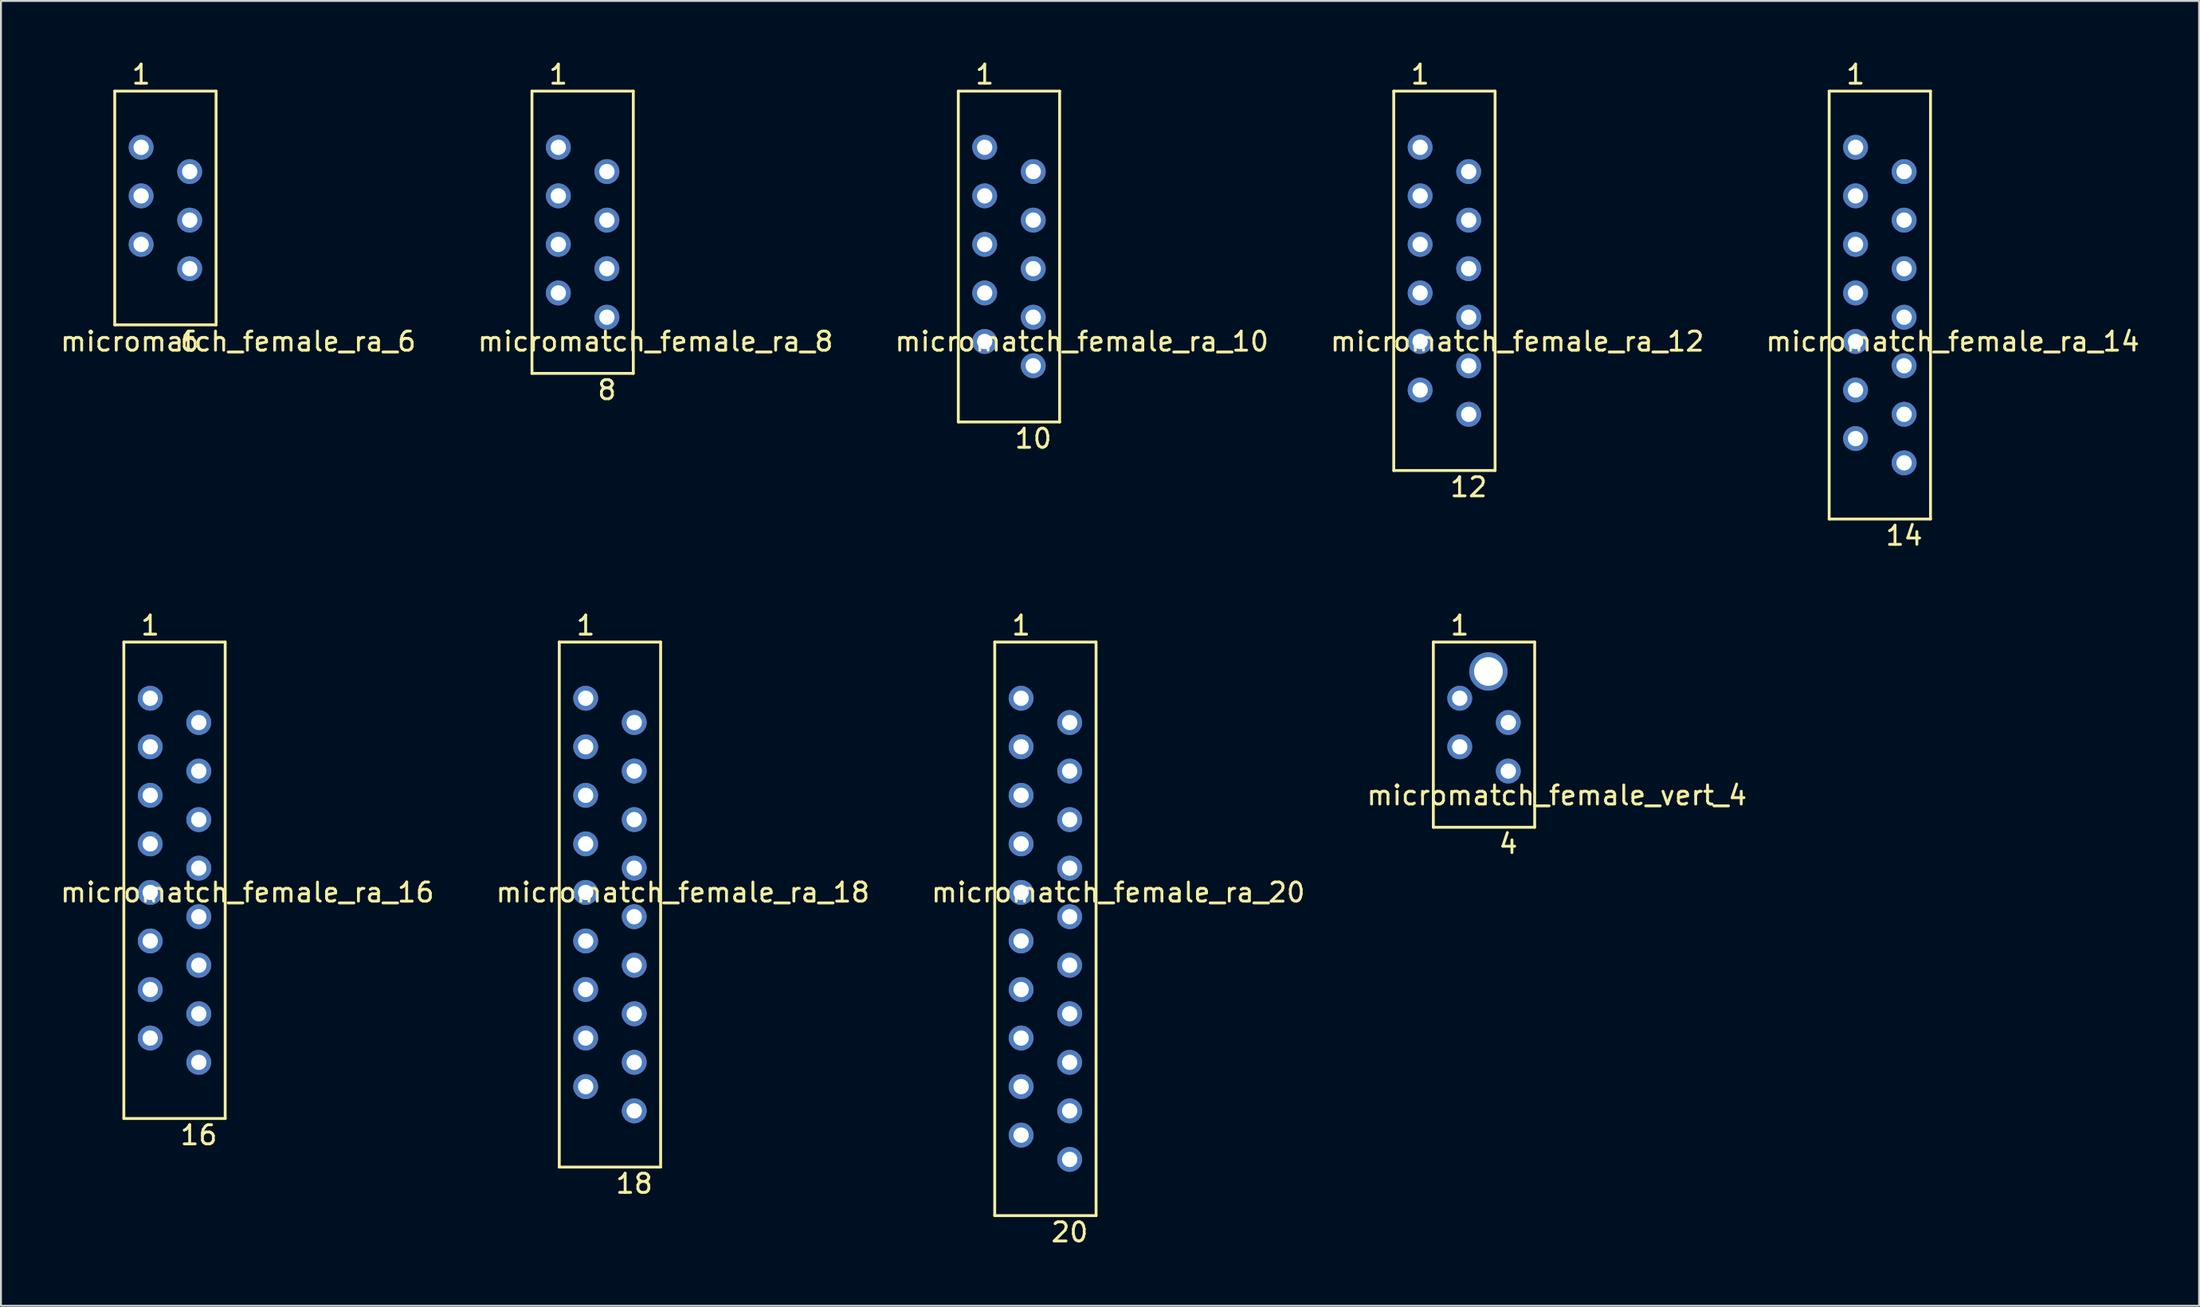
<source format=kicad_pcb>
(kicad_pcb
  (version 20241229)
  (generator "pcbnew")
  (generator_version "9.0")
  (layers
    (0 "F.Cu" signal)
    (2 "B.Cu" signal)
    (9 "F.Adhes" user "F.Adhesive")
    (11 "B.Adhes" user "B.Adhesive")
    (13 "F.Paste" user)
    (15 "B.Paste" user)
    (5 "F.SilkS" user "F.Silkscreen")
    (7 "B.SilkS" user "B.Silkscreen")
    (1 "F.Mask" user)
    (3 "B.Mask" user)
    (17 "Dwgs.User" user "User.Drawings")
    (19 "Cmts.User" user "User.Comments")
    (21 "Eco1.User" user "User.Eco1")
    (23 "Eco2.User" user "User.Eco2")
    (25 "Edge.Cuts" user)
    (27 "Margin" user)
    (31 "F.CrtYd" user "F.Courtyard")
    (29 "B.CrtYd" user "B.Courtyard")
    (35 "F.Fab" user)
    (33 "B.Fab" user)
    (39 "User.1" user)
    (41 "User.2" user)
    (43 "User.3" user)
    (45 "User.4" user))
  (footprint "micromatch_female_ra_10"
    (layer "F.Cu")
    (at 48.45 9.738)
    (property "Reference" "micromatch_female_ra_10" (at 5.08 5.08 0) (layer "F.SilkS") (effects (font (size 1 1) (thickness 0.15))))
    (attr through_hole)
    (fp_line (start -1.38 -8.02) (end 3.92 -8.02) (stroke (width 0.15) (type solid)) (layer "F.SilkS"))
    (fp_line (start -1.38 9.29) (end -1.38 -8.02) (stroke (width 0.15) (type solid)) (layer "F.SilkS"))
    (fp_line (start -1.38 9.29) (end 3.92 9.29) (stroke (width 0.15) (type solid)) (layer "F.SilkS"))
    (fp_line (start 3.92 9.29) (end 3.92 -8.02) (stroke (width 0.15) (type solid)) (layer "F.SilkS"))
    (fp_text user "1" (at 0 -8.89 0) (layer "F.SilkS") (effects (font (size 1 1) (thickness 0.15))))
    (fp_text user "10" (at 2.54 10.16 0) (layer "F.SilkS") (effects (font (size 1 1) (thickness 0.15))))
    (pad "1" thru_hole circle (at 0 -5.08) (size 1.3 1.3) (drill 0.8) (layers "*.Cu" "*.Mask"))
    (pad "2" thru_hole circle (at 2.54 -3.81) (size 1.3 1.3) (drill 0.8) (layers "*.Cu" "*.Mask"))
    (pad "3" thru_hole circle (at 0 -2.54) (size 1.3 1.3) (drill 0.8) (layers "*.Cu" "*.Mask"))
    (pad "4" thru_hole circle (at 2.54 -1.27) (size 1.3 1.3) (drill 0.8) (layers "*.Cu" "*.Mask"))
    (pad "5" thru_hole circle (at 0 0) (size 1.3 1.3) (drill 0.8) (layers "*.Cu" "*.Mask"))
    (pad "6" thru_hole circle (at 2.54 1.27) (size 1.3 1.3) (drill 0.8) (layers "*.Cu" "*.Mask"))
    (pad "7" thru_hole circle (at 0 2.54) (size 1.3 1.3) (drill 0.8) (layers "*.Cu" "*.Mask"))
    (pad "8" thru_hole circle (at 2.54 3.81) (size 1.3 1.3) (drill 0.8) (layers "*.Cu" "*.Mask"))
    (pad "9" thru_hole circle (at 0 5.08) (size 1.3 1.3) (drill 0.8) (layers "*.Cu" "*.Mask"))
    (pad "10" thru_hole circle (at 2.54 6.35) (size 1.3 1.3) (drill 0.8) (layers "*.Cu" "*.Mask")))
  (footprint "micromatch_female_ra_14"
    (layer "F.Cu")
    (at 93.997 9.738)
    (property "Reference" "micromatch_female_ra_14" (at 5.08 5.08 0) (layer "F.SilkS") (effects (font (size 1 1) (thickness 0.15))))
    (attr through_hole)
    (fp_line (start -1.38 -8.02) (end 3.92 -8.02) (stroke (width 0.15) (type solid)) (layer "F.SilkS"))
    (fp_line (start -1.38 14.37) (end -1.38 -8.02) (stroke (width 0.15) (type solid)) (layer "F.SilkS"))
    (fp_line (start -1.38 14.37) (end 3.92 14.37) (stroke (width 0.15) (type solid)) (layer "F.SilkS"))
    (fp_line (start 3.92 14.37) (end 3.92 -8.02) (stroke (width 0.15) (type solid)) (layer "F.SilkS"))
    (fp_text user "14" (at 2.54 15.24 0) (layer "F.SilkS") (effects (font (size 1 1) (thickness 0.15))))
    (fp_text user "1" (at 0 -8.89 0) (layer "F.SilkS") (effects (font (size 1 1) (thickness 0.15))))
    (pad "1" thru_hole circle (at 0 -5.08) (size 1.3 1.3) (drill 0.8) (layers "*.Cu" "*.Mask"))
    (pad "2" thru_hole circle (at 2.54 -3.81) (size 1.3 1.3) (drill 0.8) (layers "*.Cu" "*.Mask"))
    (pad "3" thru_hole circle (at 0 -2.54) (size 1.3 1.3) (drill 0.8) (layers "*.Cu" "*.Mask"))
    (pad "4" thru_hole circle (at 2.54 -1.27) (size 1.3 1.3) (drill 0.8) (layers "*.Cu" "*.Mask"))
    (pad "5" thru_hole circle (at 0 0) (size 1.3 1.3) (drill 0.8) (layers "*.Cu" "*.Mask"))
    (pad "6" thru_hole circle (at 2.54 1.27) (size 1.3 1.3) (drill 0.8) (layers "*.Cu" "*.Mask"))
    (pad "7" thru_hole circle (at 0 2.54) (size 1.3 1.3) (drill 0.8) (layers "*.Cu" "*.Mask"))
    (pad "8" thru_hole circle (at 2.54 3.81) (size 1.3 1.3) (drill 0.8) (layers "*.Cu" "*.Mask"))
    (pad "9" thru_hole circle (at 0 5.08) (size 1.3 1.3) (drill 0.8) (layers "*.Cu" "*.Mask"))
    (pad "10" thru_hole circle (at 2.54 6.35) (size 1.3 1.3) (drill 0.8) (layers "*.Cu" "*.Mask"))
    (pad "11" thru_hole circle (at 0 7.62) (size 1.3 1.3) (drill 0.8) (layers "*.Cu" "*.Mask"))
    (pad "12" thru_hole circle (at 2.54 8.89) (size 1.3 1.3) (drill 0.8) (layers "*.Cu" "*.Mask"))
    (pad "13" thru_hole circle (at 0 10.16) (size 1.3 1.3) (drill 0.8) (layers "*.Cu" "*.Mask"))
    (pad "14" thru_hole circle (at 2.54 11.43) (size 1.3 1.3) (drill 0.8) (layers "*.Cu" "*.Mask")))
  (footprint "micromatch_female_ra_8"
    (layer "F.Cu")
    (at 26.152 9.738)
    (property "Reference" "micromatch_female_ra_8" (at 5.08 5.08 0) (layer "F.SilkS") (effects (font (size 1 1) (thickness 0.15))))
    (attr through_hole)
    (fp_line (start -1.38 -8.02) (end 3.92 -8.02) (stroke (width 0.15) (type solid)) (layer "F.SilkS"))
    (fp_line (start -1.38 6.75) (end -1.38 -8.02) (stroke (width 0.15) (type solid)) (layer "F.SilkS"))
    (fp_line (start -1.38 6.75) (end 3.92 6.75) (stroke (width 0.15) (type solid)) (layer "F.SilkS"))
    (fp_line (start 3.92 6.75) (end 3.92 -8.02) (stroke (width 0.15) (type solid)) (layer "F.SilkS"))
    (fp_text user "8" (at 2.54 7.62 0) (layer "F.SilkS") (effects (font (size 1 1) (thickness 0.15))))
    (fp_text user "1" (at 0 -8.89 0) (layer "F.SilkS") (effects (font (size 1 1) (thickness 0.15))))
    (pad "1" thru_hole circle (at 0 -5.08) (size 1.3 1.3) (drill 0.8) (layers "*.Cu" "*.Mask"))
    (pad "2" thru_hole circle (at 2.54 -3.81) (size 1.3 1.3) (drill 0.8) (layers "*.Cu" "*.Mask"))
    (pad "3" thru_hole circle (at 0 -2.54) (size 1.3 1.3) (drill 0.8) (layers "*.Cu" "*.Mask"))
    (pad "4" thru_hole circle (at 2.54 -1.27) (size 1.3 1.3) (drill 0.8) (layers "*.Cu" "*.Mask"))
    (pad "5" thru_hole circle (at 0 0) (size 1.3 1.3) (drill 0.8) (layers "*.Cu" "*.Mask"))
    (pad "6" thru_hole circle (at 2.54 1.27) (size 1.3 1.3) (drill 0.8) (layers "*.Cu" "*.Mask"))
    (pad "7" thru_hole circle (at 0 2.54) (size 1.3 1.3) (drill 0.8) (layers "*.Cu" "*.Mask"))
    (pad "8" thru_hole circle (at 2.54 3.81) (size 1.3 1.3) (drill 0.8) (layers "*.Cu" "*.Mask")))
  (footprint "micromatch_female_ra_18"
    (layer "F.Cu")
    (at 27.581 38.565)
    (property "Reference" "micromatch_female_ra_18" (at 5.08 5.08 0) (layer "F.SilkS") (effects (font (size 1 1) (thickness 0.15))))
    (attr through_hole)
    (fp_line (start -1.38 -8.02) (end 3.92 -8.02) (stroke (width 0.15) (type solid)) (layer "F.SilkS"))
    (fp_line (start -1.38 19.45) (end -1.38 -8.02) (stroke (width 0.15) (type solid)) (layer "F.SilkS"))
    (fp_line (start -1.38 19.45) (end 3.92 19.45) (stroke (width 0.15) (type solid)) (layer "F.SilkS"))
    (fp_line (start 3.92 19.45) (end 3.92 -8.02) (stroke (width 0.15) (type solid)) (layer "F.SilkS"))
    (fp_text user "1" (at 0 -8.89 0) (layer "F.SilkS") (effects (font (size 1 1) (thickness 0.15))))
    (fp_text user "18" (at 2.54 20.32 0) (layer "F.SilkS") (effects (font (size 1 1) (thickness 0.15))))
    (pad "1" thru_hole circle (at 0 -5.08) (size 1.3 1.3) (drill 0.8) (layers "*.Cu" "*.Mask"))
    (pad "2" thru_hole circle (at 2.54 -3.81) (size 1.3 1.3) (drill 0.8) (layers "*.Cu" "*.Mask"))
    (pad "3" thru_hole circle (at 0 -2.54) (size 1.3 1.3) (drill 0.8) (layers "*.Cu" "*.Mask"))
    (pad "4" thru_hole circle (at 2.54 -1.27) (size 1.3 1.3) (drill 0.8) (layers "*.Cu" "*.Mask"))
    (pad "5" thru_hole circle (at 0 0) (size 1.3 1.3) (drill 0.8) (layers "*.Cu" "*.Mask"))
    (pad "6" thru_hole circle (at 2.54 1.27) (size 1.3 1.3) (drill 0.8) (layers "*.Cu" "*.Mask"))
    (pad "7" thru_hole circle (at 0 2.54) (size 1.3 1.3) (drill 0.8) (layers "*.Cu" "*.Mask"))
    (pad "8" thru_hole circle (at 2.54 3.81) (size 1.3 1.3) (drill 0.8) (layers "*.Cu" "*.Mask"))
    (pad "9" thru_hole circle (at 0 5.08) (size 1.3 1.3) (drill 0.8) (layers "*.Cu" "*.Mask"))
    (pad "10" thru_hole circle (at 2.54 6.35) (size 1.3 1.3) (drill 0.8) (layers "*.Cu" "*.Mask"))
    (pad "11" thru_hole circle (at 0 7.62) (size 1.3 1.3) (drill 0.8) (layers "*.Cu" "*.Mask"))
    (pad "12" thru_hole circle (at 2.54 8.89) (size 1.3 1.3) (drill 0.8) (layers "*.Cu" "*.Mask"))
    (pad "13" thru_hole circle (at 0 10.16) (size 1.3 1.3) (drill 0.8) (layers "*.Cu" "*.Mask"))
    (pad "14" thru_hole circle (at 2.54 11.43) (size 1.3 1.3) (drill 0.8) (layers "*.Cu" "*.Mask"))
    (pad "15" thru_hole circle (at 0 12.7) (size 1.3 1.3) (drill 0.8) (layers "*.Cu" "*.Mask"))
    (pad "16" thru_hole circle (at 2.54 13.97) (size 1.3 1.3) (drill 0.8) (layers "*.Cu" "*.Mask"))
    (pad "17" thru_hole circle (at 0 15.24) (size 1.3 1.3) (drill 0.8) (layers "*.Cu" "*.Mask"))
    (pad "18" thru_hole circle (at 2.54 16.51) (size 1.3 1.3) (drill 0.8) (layers "*.Cu" "*.Mask")))
  (footprint "micromatch_female_ra_6"
    (layer "F.Cu")
    (at 4.331 9.738)
    (property "Reference" "micromatch_female_ra_6" (at 5.08 5.08 0) (layer "F.SilkS") (effects (font (size 1 1) (thickness 0.15))))
    (attr through_hole)
    (fp_line (start -1.38 -8.02) (end 3.92 -8.02) (stroke (width 0.15) (type solid)) (layer "F.SilkS"))
    (fp_line (start -1.38 4.21) (end -1.38 -8.02) (stroke (width 0.15) (type solid)) (layer "F.SilkS"))
    (fp_line (start -1.38 4.21) (end 3.92 4.21) (stroke (width 0.15) (type solid)) (layer "F.SilkS"))
    (fp_line (start 3.92 4.21) (end 3.92 -8.02) (stroke (width 0.15) (type solid)) (layer "F.SilkS"))
    (fp_text user "6" (at 2.54 5.08 0) (layer "F.SilkS") (effects (font (size 1 1) (thickness 0.15))))
    (fp_text user "1" (at 0 -8.89 0) (layer "F.SilkS") (effects (font (size 1 1) (thickness 0.15))))
    (pad "1" thru_hole circle (at 0 -5.08) (size 1.3 1.3) (drill 0.8) (layers "*.Cu" "*.Mask"))
    (pad "2" thru_hole circle (at 2.54 -3.81) (size 1.3 1.3) (drill 0.8) (layers "*.Cu" "*.Mask"))
    (pad "3" thru_hole circle (at 0 -2.54) (size 1.3 1.3) (drill 0.8) (layers "*.Cu" "*.Mask"))
    (pad "4" thru_hole circle (at 2.54 -1.27) (size 1.3 1.3) (drill 0.8) (layers "*.Cu" "*.Mask"))
    (pad "5" thru_hole circle (at 0 0) (size 1.3 1.3) (drill 0.8) (layers "*.Cu" "*.Mask"))
    (pad "6" thru_hole circle (at 2.54 1.27) (size 1.3 1.3) (drill 0.8) (layers "*.Cu" "*.Mask")))
  (footprint "micromatch_female_ra_16"
    (layer "F.Cu")
    (at 4.807 38.565)
    (property "Reference" "micromatch_female_ra_16" (at 5.08 5.08 0) (layer "F.SilkS") (effects (font (size 1 1) (thickness 0.15))))
    (attr through_hole)
    (fp_line (start -1.38 -8.02) (end 3.92 -8.02) (stroke (width 0.15) (type solid)) (layer "F.SilkS"))
    (fp_line (start -1.38 16.91) (end -1.38 -8.02) (stroke (width 0.15) (type solid)) (layer "F.SilkS"))
    (fp_line (start -1.38 16.91) (end 3.92 16.91) (stroke (width 0.15) (type solid)) (layer "F.SilkS"))
    (fp_line (start 3.92 16.91) (end 3.92 -8.02) (stroke (width 0.15) (type solid)) (layer "F.SilkS"))
    (fp_text user "1" (at 0 -8.89 0) (layer "F.SilkS") (effects (font (size 1 1) (thickness 0.15))))
    (fp_text user "16" (at 2.54 17.78 0) (layer "F.SilkS") (effects (font (size 1 1) (thickness 0.15))))
    (pad "1" thru_hole circle (at 0 -5.08) (size 1.3 1.3) (drill 0.8) (layers "*.Cu" "*.Mask"))
    (pad "2" thru_hole circle (at 2.54 -3.81) (size 1.3 1.3) (drill 0.8) (layers "*.Cu" "*.Mask"))
    (pad "3" thru_hole circle (at 0 -2.54) (size 1.3 1.3) (drill 0.8) (layers "*.Cu" "*.Mask"))
    (pad "4" thru_hole circle (at 2.54 -1.27) (size 1.3 1.3) (drill 0.8) (layers "*.Cu" "*.Mask"))
    (pad "5" thru_hole circle (at 0 0) (size 1.3 1.3) (drill 0.8) (layers "*.Cu" "*.Mask"))
    (pad "6" thru_hole circle (at 2.54 1.27) (size 1.3 1.3) (drill 0.8) (layers "*.Cu" "*.Mask"))
    (pad "7" thru_hole circle (at 0 2.54) (size 1.3 1.3) (drill 0.8) (layers "*.Cu" "*.Mask"))
    (pad "8" thru_hole circle (at 2.54 3.81) (size 1.3 1.3) (drill 0.8) (layers "*.Cu" "*.Mask"))
    (pad "9" thru_hole circle (at 0 5.08) (size 1.3 1.3) (drill 0.8) (layers "*.Cu" "*.Mask"))
    (pad "10" thru_hole circle (at 2.54 6.35) (size 1.3 1.3) (drill 0.8) (layers "*.Cu" "*.Mask"))
    (pad "11" thru_hole circle (at 0 7.62) (size 1.3 1.3) (drill 0.8) (layers "*.Cu" "*.Mask"))
    (pad "12" thru_hole circle (at 2.54 8.89) (size 1.3 1.3) (drill 0.8) (layers "*.Cu" "*.Mask"))
    (pad "13" thru_hole circle (at 0 10.16) (size 1.3 1.3) (drill 0.8) (layers "*.Cu" "*.Mask"))
    (pad "14" thru_hole circle (at 2.54 11.43) (size 1.3 1.3) (drill 0.8) (layers "*.Cu" "*.Mask"))
    (pad "15" thru_hole circle (at 0 12.7) (size 1.3 1.3) (drill 0.8) (layers "*.Cu" "*.Mask"))
    (pad "16" thru_hole circle (at 2.54 13.97) (size 1.3 1.3) (drill 0.8) (layers "*.Cu" "*.Mask")))
  (footprint "micromatch_female_vert_4"
    (layer "F.Cu")
    (at 73.295 38.565)
    (property "Reference" "micromatch_female_vert_4" (at 5.08 0 0) (layer "F.SilkS") (effects (font (size 1 1) (thickness 0.15))))
    (attr through_hole)
    (fp_line (start -1.38 -8.02) (end 3.92 -8.02) (stroke (width 0.15) (type solid)) (layer "F.SilkS"))
    (fp_line (start -1.38 1.67) (end -1.38 -8.02) (stroke (width 0.15) (type solid)) (layer "F.SilkS"))
    (fp_line (start -1.38 1.67) (end 3.92 1.67) (stroke (width 0.15) (type solid)) (layer "F.SilkS"))
    (fp_line (start 3.92 1.67) (end 3.92 -8.02) (stroke (width 0.15) (type solid)) (layer "F.SilkS"))
    (fp_text user "4" (at 2.54 2.54 0) (layer "F.SilkS") (effects (font (size 1 1) (thickness 0.15))))
    (fp_text user "1" (at 0 -8.89 0) (layer "F.SilkS") (effects (font (size 1 1) (thickness 0.15))))
    (pad "1" thru_hole circle (at 0 -5.08) (size 1.3 1.3) (drill 0.8) (layers "*.Cu" "*.Mask"))
    (pad "2" thru_hole circle (at 2.54 -3.81) (size 1.3 1.3) (drill 0.8) (layers "*.Cu" "*.Mask"))
    (pad "3" thru_hole circle (at 0 -2.54) (size 1.3 1.3) (drill 0.8) (layers "*.Cu" "*.Mask"))
    (pad "4" thru_hole circle (at 2.54 -1.27) (size 1.3 1.3) (drill 0.8) (layers "*.Cu" "*.Mask"))
    (pad "5" thru_hole circle (at 1.5 -6.48) (size 2 2) (drill 1.5) (layers "*.Cu" "*.Mask")))
  (footprint "micromatch_female_ra_12"
    (layer "F.Cu")
    (at 71.224 9.738)
    (property "Reference" "micromatch_female_ra_12" (at 5.08 5.08 0) (layer "F.SilkS") (effects (font (size 1 1) (thickness 0.15))))
    (attr through_hole)
    (fp_line (start -1.38 -8.02) (end 3.92 -8.02) (stroke (width 0.15) (type solid)) (layer "F.SilkS"))
    (fp_line (start -1.38 11.83) (end -1.38 -8.02) (stroke (width 0.15) (type solid)) (layer "F.SilkS"))
    (fp_line (start -1.38 11.83) (end 3.92 11.83) (stroke (width 0.15) (type solid)) (layer "F.SilkS"))
    (fp_line (start 3.92 11.83) (end 3.92 -8.02) (stroke (width 0.15) (type solid)) (layer "F.SilkS"))
    (fp_text user "12" (at 2.54 12.7 0) (layer "F.SilkS") (effects (font (size 1 1) (thickness 0.15))))
    (fp_text user "1" (at 0 -8.89 0) (layer "F.SilkS") (effects (font (size 1 1) (thickness 0.15))))
    (pad "1" thru_hole circle (at 0 -5.08) (size 1.3 1.3) (drill 0.8) (layers "*.Cu" "*.Mask"))
    (pad "2" thru_hole circle (at 2.54 -3.81) (size 1.3 1.3) (drill 0.8) (layers "*.Cu" "*.Mask"))
    (pad "3" thru_hole circle (at 0 -2.54) (size 1.3 1.3) (drill 0.8) (layers "*.Cu" "*.Mask"))
    (pad "4" thru_hole circle (at 2.54 -1.27) (size 1.3 1.3) (drill 0.8) (layers "*.Cu" "*.Mask"))
    (pad "5" thru_hole circle (at 0 0) (size 1.3 1.3) (drill 0.8) (layers "*.Cu" "*.Mask"))
    (pad "6" thru_hole circle (at 2.54 1.27) (size 1.3 1.3) (drill 0.8) (layers "*.Cu" "*.Mask"))
    (pad "7" thru_hole circle (at 0 2.54) (size 1.3 1.3) (drill 0.8) (layers "*.Cu" "*.Mask"))
    (pad "8" thru_hole circle (at 2.54 3.81) (size 1.3 1.3) (drill 0.8) (layers "*.Cu" "*.Mask"))
    (pad "9" thru_hole circle (at 0 5.08) (size 1.3 1.3) (drill 0.8) (layers "*.Cu" "*.Mask"))
    (pad "10" thru_hole circle (at 2.54 6.35) (size 1.3 1.3) (drill 0.8) (layers "*.Cu" "*.Mask"))
    (pad "11" thru_hole circle (at 0 7.62) (size 1.3 1.3) (drill 0.8) (layers "*.Cu" "*.Mask"))
    (pad "12" thru_hole circle (at 2.54 8.89) (size 1.3 1.3) (drill 0.8) (layers "*.Cu" "*.Mask")))
  (footprint "micromatch_female_ra_20"
    (layer "F.Cu")
    (at 50.355 38.565)
    (property "Reference" "micromatch_female_ra_20" (at 5.08 5.08 0) (layer "F.SilkS") (effects (font (size 1 1) (thickness 0.15))))
    (attr through_hole)
    (fp_line (start -1.38 -8.02) (end 3.92 -8.02) (stroke (width 0.15) (type solid)) (layer "F.SilkS"))
    (fp_line (start -1.38 21.99) (end -1.38 -8.02) (stroke (width 0.15) (type solid)) (layer "F.SilkS"))
    (fp_line (start -1.38 21.99) (end 3.92 21.99) (stroke (width 0.15) (type solid)) (layer "F.SilkS"))
    (fp_line (start 3.92 21.99) (end 3.92 -8.02) (stroke (width 0.15) (type solid)) (layer "F.SilkS"))
    (fp_text user "20" (at 2.54 22.86 0) (layer "F.SilkS") (effects (font (size 1 1) (thickness 0.15))))
    (fp_text user "1" (at 0 -8.89 0) (layer "F.SilkS") (effects (font (size 1 1) (thickness 0.15))))
    (pad "1" thru_hole circle (at 0 -5.08) (size 1.3 1.3) (drill 0.8) (layers "*.Cu" "*.Mask"))
    (pad "2" thru_hole circle (at 2.54 -3.81) (size 1.3 1.3) (drill 0.8) (layers "*.Cu" "*.Mask"))
    (pad "3" thru_hole circle (at 0 -2.54) (size 1.3 1.3) (drill 0.8) (layers "*.Cu" "*.Mask"))
    (pad "4" thru_hole circle (at 2.54 -1.27) (size 1.3 1.3) (drill 0.8) (layers "*.Cu" "*.Mask"))
    (pad "5" thru_hole circle (at 0 0) (size 1.3 1.3) (drill 0.8) (layers "*.Cu" "*.Mask"))
    (pad "6" thru_hole circle (at 2.54 1.27) (size 1.3 1.3) (drill 0.8) (layers "*.Cu" "*.Mask"))
    (pad "7" thru_hole circle (at 0 2.54) (size 1.3 1.3) (drill 0.8) (layers "*.Cu" "*.Mask"))
    (pad "8" thru_hole circle (at 2.54 3.81) (size 1.3 1.3) (drill 0.8) (layers "*.Cu" "*.Mask"))
    (pad "9" thru_hole circle (at 0 5.08) (size 1.3 1.3) (drill 0.8) (layers "*.Cu" "*.Mask"))
    (pad "10" thru_hole circle (at 2.54 6.35) (size 1.3 1.3) (drill 0.8) (layers "*.Cu" "*.Mask"))
    (pad "11" thru_hole circle (at 0 7.62) (size 1.3 1.3) (drill 0.8) (layers "*.Cu" "*.Mask"))
    (pad "12" thru_hole circle (at 2.54 8.89) (size 1.3 1.3) (drill 0.8) (layers "*.Cu" "*.Mask"))
    (pad "13" thru_hole circle (at 0 10.16) (size 1.3 1.3) (drill 0.8) (layers "*.Cu" "*.Mask"))
    (pad "14" thru_hole circle (at 2.54 11.43) (size 1.3 1.3) (drill 0.8) (layers "*.Cu" "*.Mask"))
    (pad "15" thru_hole circle (at 0 12.7) (size 1.3 1.3) (drill 0.8) (layers "*.Cu" "*.Mask"))
    (pad "16" thru_hole circle (at 2.54 13.97) (size 1.3 1.3) (drill 0.8) (layers "*.Cu" "*.Mask"))
    (pad "17" thru_hole circle (at 0 15.24) (size 1.3 1.3) (drill 0.8) (layers "*.Cu" "*.Mask"))
    (pad "18" thru_hole circle (at 2.54 16.51) (size 1.3 1.3) (drill 0.8) (layers "*.Cu" "*.Mask"))
    (pad "19" thru_hole circle (at 0 17.78) (size 1.3 1.3) (drill 0.8) (layers "*.Cu" "*.Mask"))
    (pad "20" thru_hole circle (at 2.54 19.05) (size 1.3 1.3) (drill 0.8) (layers "*.Cu" "*.Mask")))
  (gr_rect
    (start -3 -3)
    (end 111.964 65.273)
    (stroke (width 0.1) (type default))
    (fill no)
    (layer "Edge.Cuts")))
</source>
